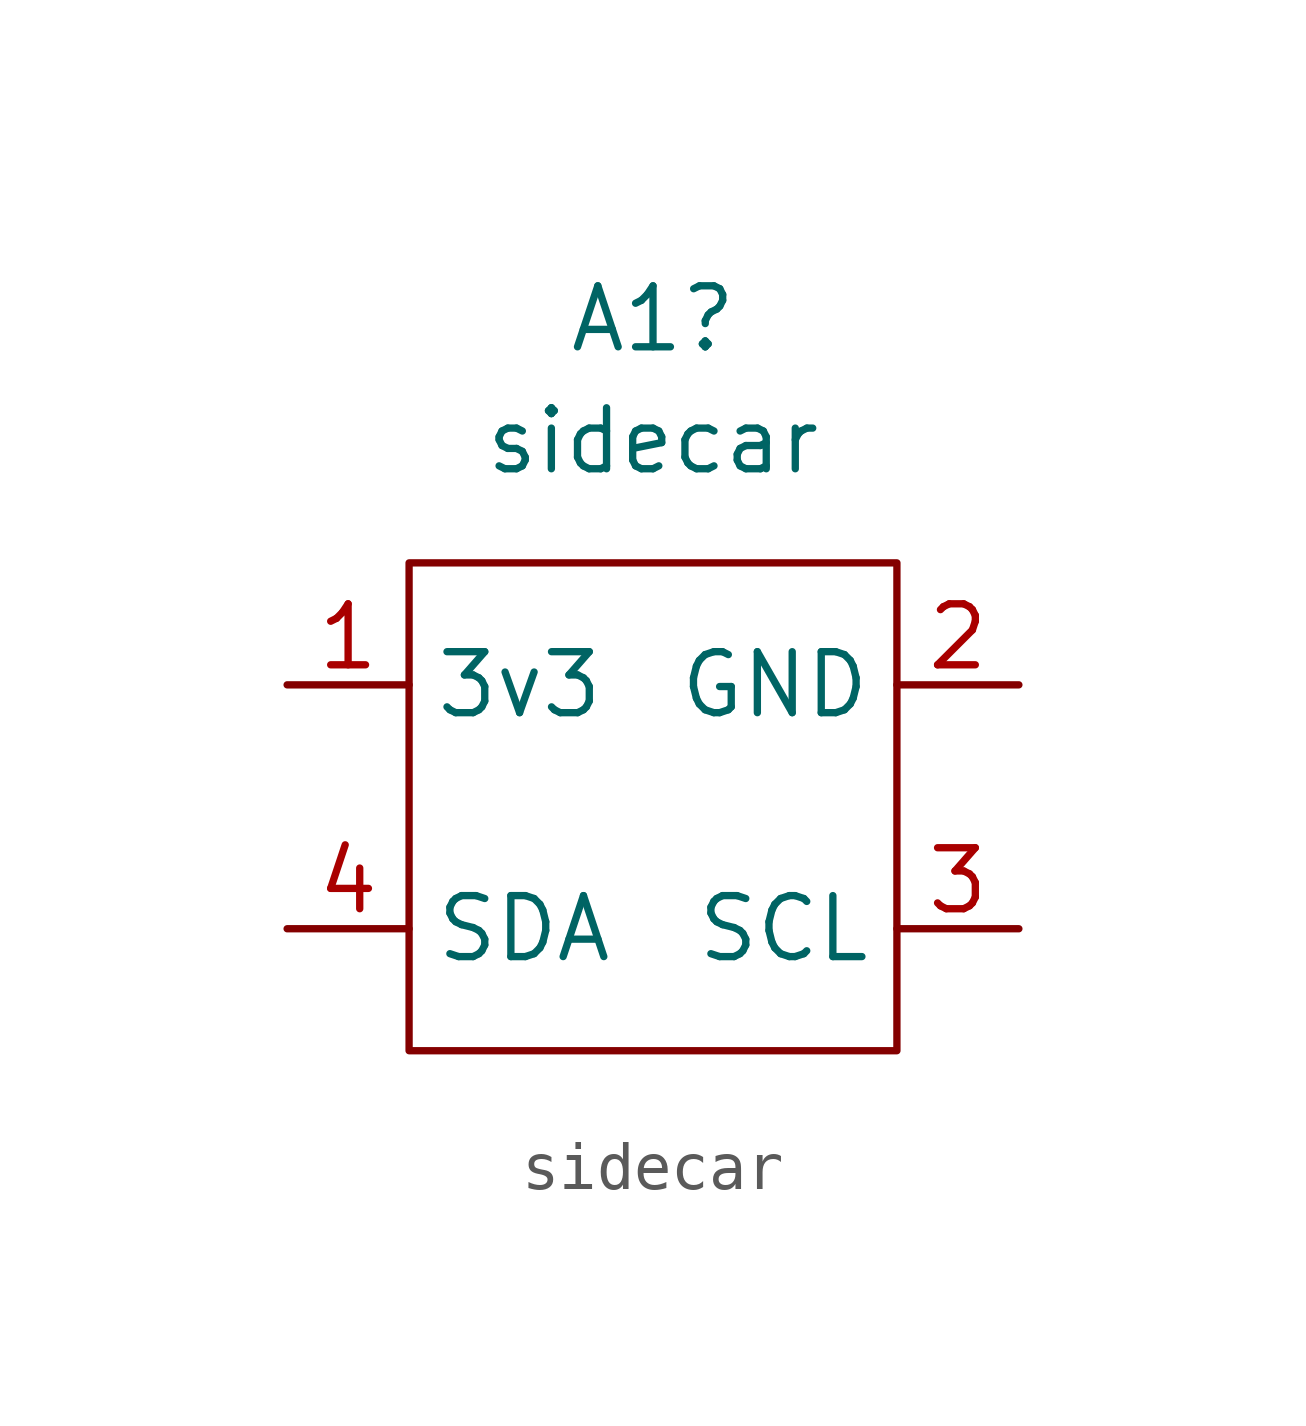
<source format=kicad_sym>
(kicad_symbol_lib
  (version 20220914)
  (generator kicad_symbol_editor)
  (symbol "sidecar"
    (property "Reference" "A1"
      (at 0 10.16 0)
      (effects (font (size 1.27 1.27))))
    (property "Value" "sidecar"
      (at 0 7.62 0)
      (effects (font (size 1.27 1.27))))
    (symbol "sidecar_0_1"
      (rectangle (start -5.08 5.08) (end 5.08 -5.08) (stroke (width 0) (type default)) (fill (type none))))
    (symbol "sidecar_1_1"
      (pin power_in line (at -7.62 2.54 0) (length 2.54) (name "3v3" (effects (font (size 1.27 1.27)))) (number "1" (effects (font (size 1.27 1.27)))))
      (pin power_in line (at 7.62 2.54 180) (length 2.54) (name "GND" (effects (font (size 1.27 1.27)))) (number "2" (effects (font (size 1.27 1.27)))))
      (pin passive line (at 7.62 -2.54 180) (length 2.54) (name "SCL" (effects (font (size 1.27 1.27)))) (number "3" (effects (font (size 1.27 1.27)))))
      (pin passive line (at -7.62 -2.54 0) (length 2.54) (name "SDA" (effects (font (size 1.27 1.27)))) (number "4" (effects (font (size 1.27 1.27))))))))
</source>
